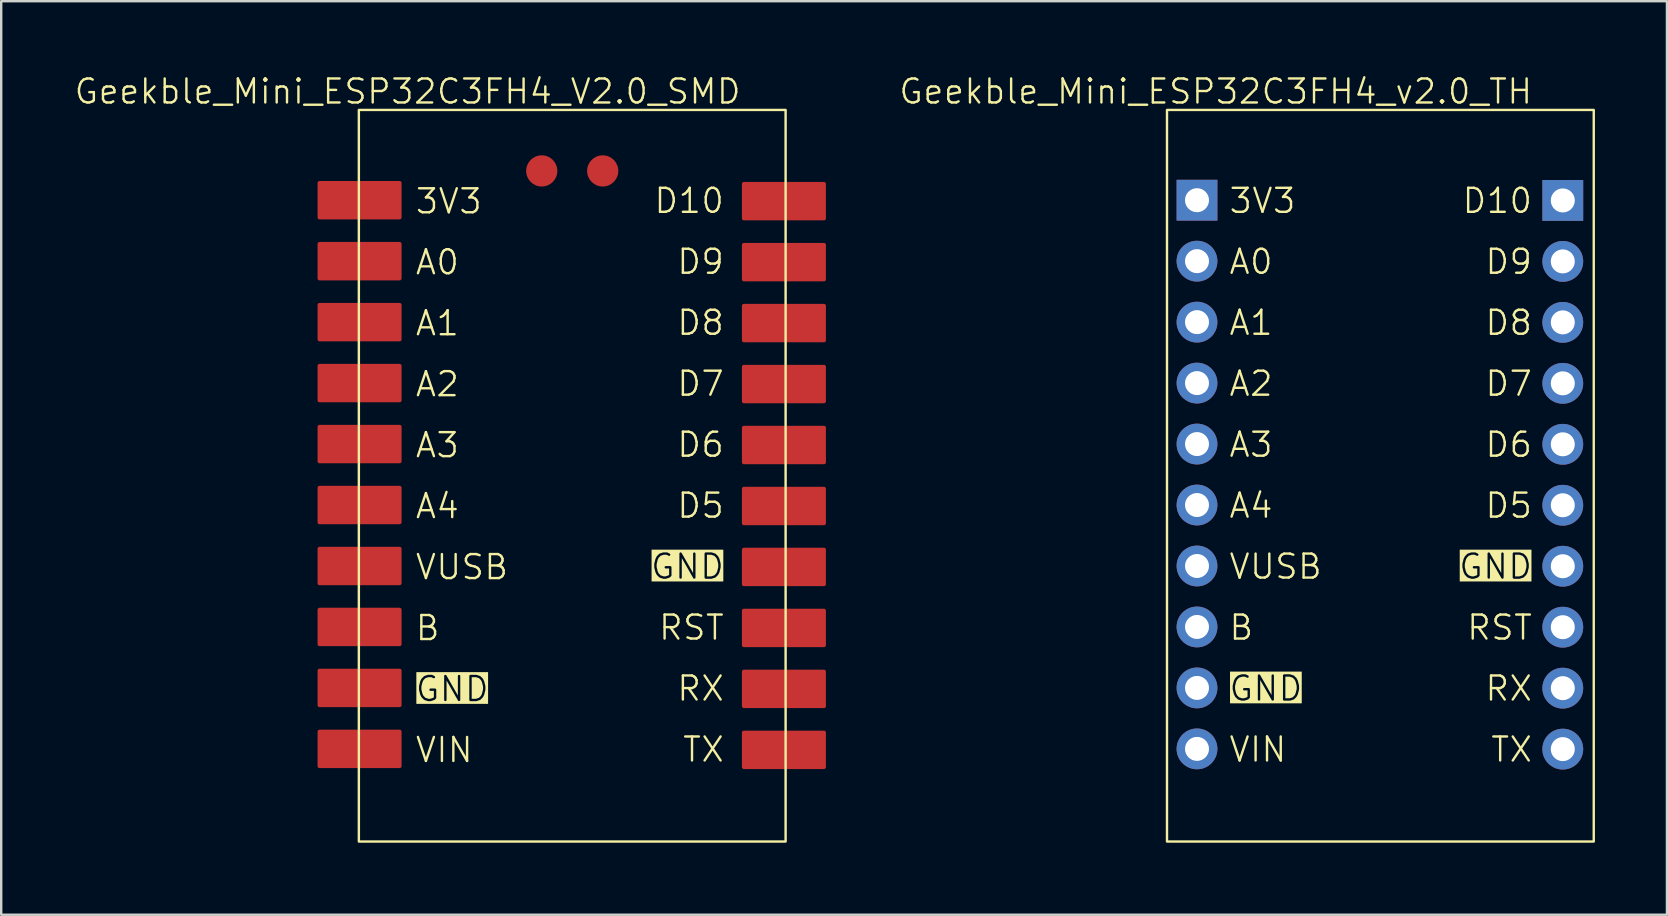
<source format=kicad_pcb>
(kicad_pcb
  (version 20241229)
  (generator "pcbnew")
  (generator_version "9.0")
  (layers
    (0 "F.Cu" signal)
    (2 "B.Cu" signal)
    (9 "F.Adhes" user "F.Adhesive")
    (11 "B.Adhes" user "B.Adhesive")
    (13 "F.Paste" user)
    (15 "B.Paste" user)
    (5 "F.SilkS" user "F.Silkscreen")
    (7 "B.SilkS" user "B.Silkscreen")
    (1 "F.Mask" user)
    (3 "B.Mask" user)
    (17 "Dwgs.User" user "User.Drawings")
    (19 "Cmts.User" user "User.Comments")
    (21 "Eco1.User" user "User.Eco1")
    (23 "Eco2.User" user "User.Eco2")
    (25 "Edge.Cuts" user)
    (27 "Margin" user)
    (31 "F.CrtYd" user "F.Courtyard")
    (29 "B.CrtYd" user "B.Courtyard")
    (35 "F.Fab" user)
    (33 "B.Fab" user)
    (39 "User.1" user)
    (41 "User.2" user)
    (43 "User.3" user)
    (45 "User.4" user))
  (footprint "Geekble_Mini_ESP32C3FH4_v2.0_TH"
    (layer "F.Cu")
    (at 54.351 15.761)
    (property "Reference" "Geekble_Mini_ESP32C3FH4_v2.0_TH" (at -6.75 -15 0) (unlocked yes) (layer "F.SilkS") (effects (font (size 1 1) (thickness 0.1))))
    (attr smd)
    (fp_rect (start -8.78 -14.23) (end 9 16.25) (stroke (width 0.1) (type default)) (fill no) (layer "F.SilkS"))
    (fp_text user "A1" (at -6.25 -4.78 0) (unlocked yes) (layer "F.SilkS") (effects (font (size 1 1) (thickness 0.1)) (justify left bottom)))
    (fp_text user "3V3" (at -6.25 -9.86 0) (unlocked yes) (layer "F.SilkS") (effects (font (size 1 1) (thickness 0.1)) (justify left bottom)))
    (fp_text user "GND" (at -6.25 10.46 0) (unlocked yes) (layer "F.SilkS" knockout) (effects (font (size 1 1) (thickness 0.1)) (justify left bottom)))
    (fp_text user "D8" (at 6.5 -4.78 0) (unlocked yes) (layer "F.SilkS") (effects (font (size 1 1) (thickness 0.1)) (justify right bottom)))
    (fp_text user "D9" (at 6.5 -7.32 0) (unlocked yes) (layer "F.SilkS") (effects (font (size 1 1) (thickness 0.1)) (justify right bottom)))
    (fp_text user "A3" (at -6.25 0.3 0) (unlocked yes) (layer "F.SilkS") (effects (font (size 1 1) (thickness 0.1)) (justify left bottom)))
    (fp_text user "A2" (at -6.25 -2.24 0) (unlocked yes) (layer "F.SilkS") (effects (font (size 1 1) (thickness 0.1)) (justify left bottom)))
    (fp_text user "RX" (at 6.5 10.46 0) (unlocked yes) (layer "F.SilkS") (effects (font (size 1 1) (thickness 0.1)) (justify right bottom)))
    (fp_text user "VIN" (at -6.25 13 0) (unlocked yes) (layer "F.SilkS") (effects (font (size 1 1) (thickness 0.1)) (justify left bottom)))
    (fp_text user "A4" (at -6.25 2.84 0) (unlocked yes) (layer "F.SilkS") (effects (font (size 1 1) (thickness 0.1)) (justify left bottom)))
    (fp_text user "RST" (at 6.5 7.92 0) (unlocked yes) (layer "F.SilkS") (effects (font (size 1 1) (thickness 0.1)) (justify right bottom)))
    (fp_text user "TX" (at 6.5 13 0) (unlocked yes) (layer "F.SilkS") (effects (font (size 1 1) (thickness 0.1)) (justify right bottom)))
    (fp_text user "B" (at -6.25 7.92 0) (unlocked yes) (layer "F.SilkS") (effects (font (size 1 1) (thickness 0.1)) (justify left bottom)))
    (fp_text user "D6" (at 6.5 0.3 0) (unlocked yes) (layer "F.SilkS") (effects (font (size 1 1) (thickness 0.1)) (justify right bottom)))
    (fp_text user "D10" (at 6.5 -9.86 0) (unlocked yes) (layer "F.SilkS") (effects (font (size 1 1) (thickness 0.1)) (justify right bottom)))
    (fp_text user "GND" (at 6.5 5.38 0) (unlocked yes) (layer "F.SilkS" knockout) (effects (font (size 1 1) (thickness 0.1)) (justify right bottom)))
    (fp_text user "D5" (at 6.5 2.84 0) (unlocked yes) (layer "F.SilkS") (effects (font (size 1 1) (thickness 0.1)) (justify right bottom)))
    (fp_text user "VUSB" (at -6.25 5.38 0) (unlocked yes) (layer "F.SilkS") (effects (font (size 1 1) (thickness 0.1)) (justify left bottom)))
    (fp_text user "D7" (at 6.5 -2.24 0) (unlocked yes) (layer "F.SilkS") (effects (font (size 1 1) (thickness 0.1)) (justify right bottom)))
    (fp_text user "A0" (at -6.25 -7.32 0) (unlocked yes) (layer "F.SilkS") (effects (font (size 1 1) (thickness 0.1)) (justify left bottom)))
    (pad "1" thru_hole rect (at -7.53 -10.47) (size 1.7 1.7) (drill 1) (layers "*.Cu" "*.Mask"))
    (pad "2" thru_hole circle (at -7.53 -7.93) (size 1.7 1.7) (drill 1) (layers "*.Cu" "*.Mask"))
    (pad "3" thru_hole circle (at -7.53 -5.39) (size 1.7 1.7) (drill 1) (layers "*.Cu" "*.Mask"))
    (pad "4" thru_hole circle (at -7.53 -2.85) (size 1.7 1.7) (drill 1) (layers "*.Cu" "*.Mask"))
    (pad "5" thru_hole circle (at -7.53 -0.31) (size 1.7 1.7) (drill 1) (layers "*.Cu" "*.Mask"))
    (pad "6" thru_hole circle (at -7.53 2.23) (size 1.7 1.7) (drill 1) (layers "*.Cu" "*.Mask"))
    (pad "7" thru_hole circle (at -7.53 4.77) (size 1.7 1.7) (drill 1) (layers "*.Cu" "*.Mask"))
    (pad "8" thru_hole circle (at -7.53 7.31) (size 1.7 1.7) (drill 1) (layers "*.Cu" "*.Mask"))
    (pad "9" thru_hole circle (at -7.53 9.85) (size 1.7 1.7) (drill 1) (layers "*.Cu" "*.Mask"))
    (pad "10" thru_hole circle (at -7.53 12.39) (size 1.7 1.7) (drill 1) (layers "*.Cu" "*.Mask"))
    (pad "11" thru_hole rect (at 7.71 -10.46) (size 1.7 1.7) (drill 1) (layers "*.Cu" "*.Mask"))
    (pad "12" thru_hole circle (at 7.71 -7.92) (size 1.7 1.7) (drill 1) (layers "*.Cu" "*.Mask"))
    (pad "13" thru_hole circle (at 7.71 -5.38) (size 1.7 1.7) (drill 1) (layers "*.Cu" "*.Mask"))
    (pad "14" thru_hole circle (at 7.71 -2.84) (size 1.7 1.7) (drill 1) (layers "*.Cu" "*.Mask"))
    (pad "15" thru_hole circle (at 7.71 -0.3) (size 1.7 1.7) (drill 1) (layers "*.Cu" "*.Mask"))
    (pad "16" thru_hole circle (at 7.71 2.24) (size 1.7 1.7) (drill 1) (layers "*.Cu" "*.Mask"))
    (pad "17" thru_hole circle (at 7.71 4.78) (size 1.7 1.7) (drill 1) (layers "*.Cu" "*.Mask"))
    (pad "18" thru_hole circle (at 7.71 7.32) (size 1.7 1.7) (drill 1) (layers "*.Cu" "*.Mask"))
    (pad "19" thru_hole circle (at 7.71 9.86) (size 1.7 1.7) (drill 1) (layers "*.Cu" "*.Mask"))
    (pad "20" thru_hole circle (at 7.71 12.4) (size 1.7 1.7) (drill 1) (layers "*.Cu" "*.Mask")))
  (footprint "Geekble_Mini_ESP32C3FH4_V2.0_SMD"
    (layer "F.Cu")
    (at 20.681 15.761)
    (property "Reference" "Geekble_Mini_ESP32C3FH4_V2.0_SMD" (at -6.75 -15 0) (unlocked yes) (layer "F.SilkS") (effects (font (size 1 1) (thickness 0.1))))
    (attr smd)
    (fp_rect (start -8.78 -14.23) (end 9 16.25) (stroke (width 0.1) (type default)) (fill no) (layer "F.SilkS"))
    (fp_text user "A1" (at -6.48 -4.76 0) (unlocked yes) (layer "F.SilkS") (effects (font (size 1 1) (thickness 0.1)) (justify left bottom)))
    (fp_text user "VIN" (at -6.48 13.02 0) (unlocked yes) (layer "F.SilkS") (effects (font (size 1 1) (thickness 0.1)) (justify left bottom)))
    (fp_text user "TX" (at 6.5 13 0) (unlocked yes) (layer "F.SilkS") (effects (font (size 1 1) (thickness 0.1)) (justify right bottom)))
    (fp_text user "GND" (at 6.5 5.38 0) (unlocked yes) (layer "F.SilkS" knockout) (effects (font (size 1 1) (thickness 0.1)) (justify right bottom)))
    (fp_text user "B" (at -6.48 7.94 0) (unlocked yes) (layer "F.SilkS") (effects (font (size 1 1) (thickness 0.1)) (justify left bottom)))
    (fp_text user "A3" (at -6.48 0.32 0) (unlocked yes) (layer "F.SilkS") (effects (font (size 1 1) (thickness 0.1)) (justify left bottom)))
    (fp_text user "D9" (at 6.5 -7.32 0) (unlocked yes) (layer "F.SilkS") (effects (font (size 1 1) (thickness 0.1)) (justify right bottom)))
    (fp_text user "3V3" (at -6.48 -9.84 0) (unlocked yes) (layer "F.SilkS") (effects (font (size 1 1) (thickness 0.1)) (justify left bottom)))
    (fp_text user "RST" (at 6.5 7.92 0) (unlocked yes) (layer "F.SilkS") (effects (font (size 1 1) (thickness 0.1)) (justify right bottom)))
    (fp_text user "RX" (at 6.5 10.46 0) (unlocked yes) (layer "F.SilkS") (effects (font (size 1 1) (thickness 0.1)) (justify right bottom)))
    (fp_text user "D5" (at 6.5 2.84 0) (unlocked yes) (layer "F.SilkS") (effects (font (size 1 1) (thickness 0.1)) (justify right bottom)))
    (fp_text user "D8" (at 6.5 -4.78 0) (unlocked yes) (layer "F.SilkS") (effects (font (size 1 1) (thickness 0.1)) (justify right bottom)))
    (fp_text user "GND" (at -6.48 10.48 0) (unlocked yes) (layer "F.SilkS" knockout) (effects (font (size 1 1) (thickness 0.1)) (justify left bottom)))
    (fp_text user "A0" (at -6.48 -7.3 0) (unlocked yes) (layer "F.SilkS") (effects (font (size 1 1) (thickness 0.1)) (justify left bottom)))
    (fp_text user "D10" (at 6.5 -9.86 0) (unlocked yes) (layer "F.SilkS") (effects (font (size 1 1) (thickness 0.1)) (justify right bottom)))
    (fp_text user "VUSB" (at -6.48 5.4 0) (unlocked yes) (layer "F.SilkS") (effects (font (size 1 1) (thickness 0.1)) (justify left bottom)))
    (fp_text user "A4" (at -6.48 2.86 0) (unlocked yes) (layer "F.SilkS") (effects (font (size 1 1) (thickness 0.1)) (justify left bottom)))
    (fp_text user "D7" (at 6.5 -2.24 0) (unlocked yes) (layer "F.SilkS") (effects (font (size 1 1) (thickness 0.1)) (justify right bottom)))
    (fp_text user "D6" (at 6.5 0.3 0) (unlocked yes) (layer "F.SilkS") (effects (font (size 1 1) (thickness 0.1)) (justify right bottom)))
    (fp_text user "A2" (at -6.48 -2.22 0) (unlocked yes) (layer "F.SilkS") (effects (font (size 1 1) (thickness 0.1)) (justify left bottom)))
    (pad "1" smd roundrect (at -8.75 -10.47) (size 3.5 1.6) (layers "F.Cu" "F.Mask" "F.Paste") (roundrect_rratio 0.05))
    (pad "2" smd roundrect (at -8.75 -7.93) (size 3.5 1.6) (layers "F.Cu" "F.Mask" "F.Paste") (roundrect_rratio 0.05))
    (pad "3" smd roundrect (at -8.75 -5.39) (size 3.5 1.6) (layers "F.Cu" "F.Mask" "F.Paste") (roundrect_rratio 0.05))
    (pad "4" smd roundrect (at -8.75 -2.85) (size 3.5 1.6) (layers "F.Cu" "F.Mask" "F.Paste") (roundrect_rratio 0.05))
    (pad "5" smd roundrect (at -8.75 -0.31) (size 3.5 1.6) (layers "F.Cu" "F.Mask" "F.Paste") (roundrect_rratio 0.05))
    (pad "6" smd roundrect (at -8.75 2.23) (size 3.5 1.6) (layers "F.Cu" "F.Mask" "F.Paste") (roundrect_rratio 0.05))
    (pad "7" smd roundrect (at -8.75 4.77) (size 3.5 1.6) (layers "F.Cu" "F.Mask" "F.Paste") (roundrect_rratio 0.05))
    (pad "8" smd roundrect (at -8.75 7.31) (size 3.5 1.6) (layers "F.Cu" "F.Mask" "F.Paste") (roundrect_rratio 0.05))
    (pad "9" smd roundrect (at -8.75 9.85) (size 3.5 1.6) (layers "F.Cu" "F.Mask" "F.Paste") (roundrect_rratio 0.05))
    (pad "10" smd roundrect (at -8.75 12.39) (size 3.5 1.6) (layers "F.Cu" "F.Mask" "F.Paste") (roundrect_rratio 0.05))
    (pad "11" smd roundrect (at 8.93 -10.43) (size 3.5 1.6) (layers "F.Cu" "F.Mask" "F.Paste") (roundrect_rratio 0.05))
    (pad "12" smd roundrect (at 8.93 -7.89) (size 3.5 1.6) (layers "F.Cu" "F.Mask" "F.Paste") (roundrect_rratio 0.05))
    (pad "13" smd roundrect (at 8.93 -5.35) (size 3.5 1.6) (layers "F.Cu" "F.Mask" "F.Paste") (roundrect_rratio 0.05))
    (pad "14" smd roundrect (at 8.93 -2.81) (size 3.5 1.6) (layers "F.Cu" "F.Mask" "F.Paste") (roundrect_rratio 0.05))
    (pad "15" smd roundrect (at 8.93 -0.27) (size 3.5 1.6) (layers "F.Cu" "F.Mask" "F.Paste") (roundrect_rratio 0.05))
    (pad "16" smd roundrect (at 8.93 2.27) (size 3.5 1.6) (layers "F.Cu" "F.Mask" "F.Paste") (roundrect_rratio 0.05))
    (pad "17" smd roundrect (at 8.93 4.81) (size 3.5 1.6) (layers "F.Cu" "F.Mask" "F.Paste") (roundrect_rratio 0.05))
    (pad "18" smd roundrect (at 8.93 7.35) (size 3.5 1.6) (layers "F.Cu" "F.Mask" "F.Paste") (roundrect_rratio 0.05))
    (pad "19" smd roundrect (at 8.93 9.89) (size 3.5 1.6) (layers "F.Cu" "F.Mask" "F.Paste") (roundrect_rratio 0.05))
    (pad "20" smd roundrect (at 8.93 12.43) (size 3.5 1.6) (layers "F.Cu" "F.Mask" "F.Paste") (roundrect_rratio 0.05))
    (pad "21" smd circle (at 1.38 -11.69) (size 1.3 1.3) (layers "F.Cu" "F.Mask" "F.Paste"))
    (pad "22" smd circle (at -1.16 -11.69) (size 1.3 1.3) (layers "F.Cu" "F.Mask" "F.Paste")))
  (gr_rect
    (start -3 -3)
    (end 66.401 35.06)
    (stroke (width 0.1) (type default))
    (fill no)
    (layer "Edge.Cuts")))
</source>
